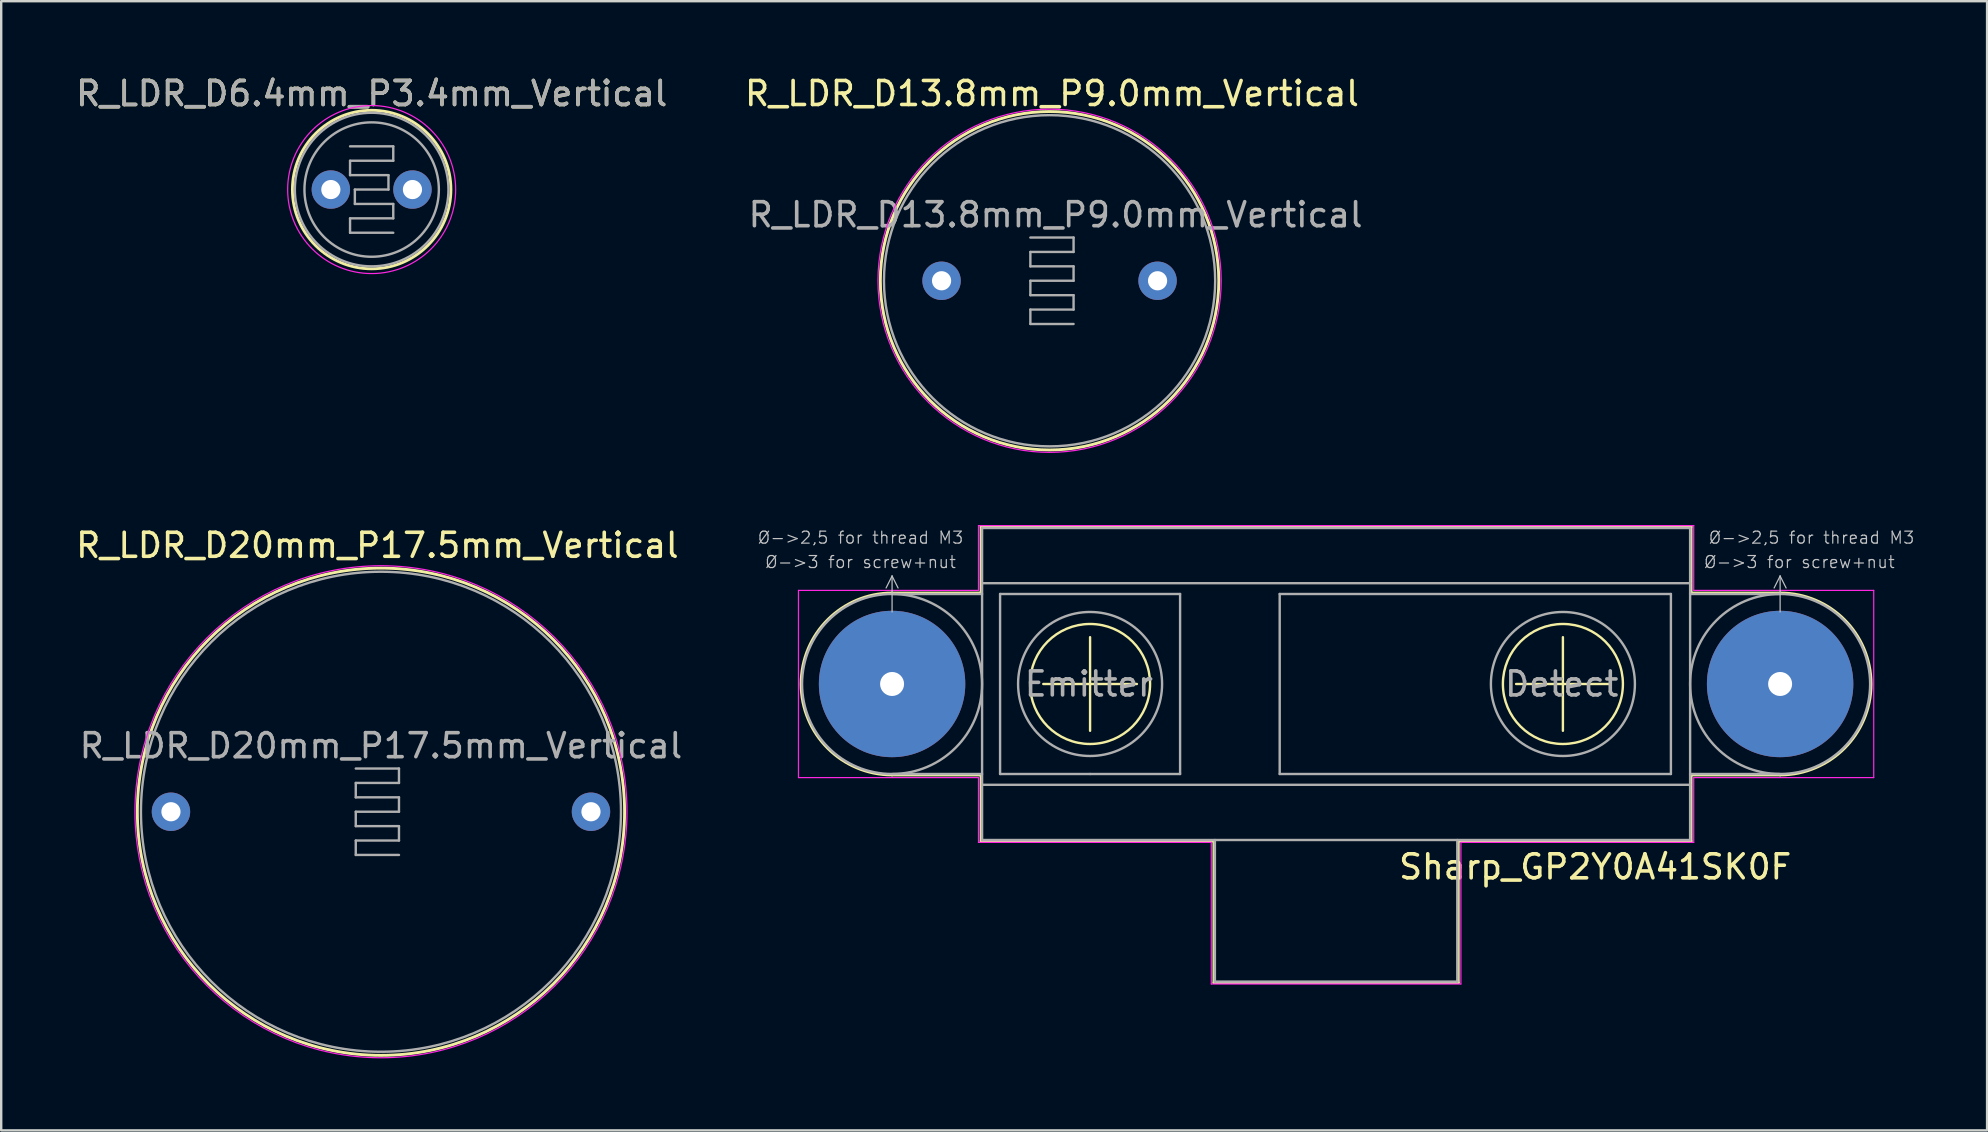
<source format=kicad_pcb>
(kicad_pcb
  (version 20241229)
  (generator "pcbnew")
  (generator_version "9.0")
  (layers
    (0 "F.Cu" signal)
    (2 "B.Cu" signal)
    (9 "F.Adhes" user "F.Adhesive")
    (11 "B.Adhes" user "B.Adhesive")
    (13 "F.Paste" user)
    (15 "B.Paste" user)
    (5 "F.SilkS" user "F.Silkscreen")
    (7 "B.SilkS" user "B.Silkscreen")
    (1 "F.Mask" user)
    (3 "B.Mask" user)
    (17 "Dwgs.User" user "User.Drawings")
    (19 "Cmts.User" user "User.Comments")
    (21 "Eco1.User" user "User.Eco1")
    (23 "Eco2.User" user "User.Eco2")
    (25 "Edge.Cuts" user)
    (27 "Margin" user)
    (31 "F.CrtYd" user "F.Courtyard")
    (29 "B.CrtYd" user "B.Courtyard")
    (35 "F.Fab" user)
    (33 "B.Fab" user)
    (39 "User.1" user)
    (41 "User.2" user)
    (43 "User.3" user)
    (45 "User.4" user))
  (footprint "Sharp_GP2Y0A41SK0F"
    (layer "F.Cu")
    (at 52.618 25.448)
    (property "Reference" "Sharp_GP2Y0A41SK0F" (at 10.795 7.62 0) (layer "F.SilkS") (effects (font (size 1 1) (thickness 0.15))))
    (attr exclude_from_pos_files exclude_from_bom)
    (fp_line (start -18.5 -3.8) (end -14.8 -3.8) (stroke (width 0.1) (type solid)) (layer "F.SilkS"))
    (fp_line (start -14.8 -6.55) (end 14.8 -6.55) (stroke (width 0.1) (type solid)) (layer "F.SilkS"))
    (fp_line (start -14.8 -3.8) (end -14.8 -6.55) (stroke (width 0.1) (type solid)) (layer "F.SilkS"))
    (fp_line (start -14.8 3.8) (end -18.5 3.8) (stroke (width 0.1) (type solid)) (layer "F.SilkS"))
    (fp_line (start -14.8 6.55) (end -14.8 3.8) (stroke (width 0.1) (type solid)) (layer "F.SilkS"))
    (fp_line (start -12.2 0) (end -8.3 0) (stroke (width 0.1) (type solid)) (layer "F.SilkS"))
    (fp_line (start -10.25 -1.95) (end -10.25 1.95) (stroke (width 0.1) (type solid)) (layer "F.SilkS"))
    (fp_line (start -5.1 6.55) (end -14.8 6.55) (stroke (width 0.1) (type solid)) (layer "F.SilkS"))
    (fp_line (start -5.1 12.45) (end -5.1 6.55) (stroke (width 0.1) (type solid)) (layer "F.SilkS"))
    (fp_line (start 5.1 6.55) (end 5.1 12.45) (stroke (width 0.1) (type solid)) (layer "F.SilkS"))
    (fp_line (start 5.1 12.45) (end -5.1 12.45) (stroke (width 0.1) (type solid)) (layer "F.SilkS"))
    (fp_line (start 7.5 0) (end 11.4 0) (stroke (width 0.1) (type solid)) (layer "F.SilkS"))
    (fp_line (start 9.45 -1.95) (end 9.45 1.95) (stroke (width 0.1) (type solid)) (layer "F.SilkS"))
    (fp_line (start 14.8 -6.55) (end 14.8 -3.8) (stroke (width 0.1) (type solid)) (layer "F.SilkS"))
    (fp_line (start 14.8 -3.8) (end 18.5 -3.8) (stroke (width 0.1) (type solid)) (layer "F.SilkS"))
    (fp_line (start 14.8 3.8) (end 14.8 6.55) (stroke (width 0.1) (type solid)) (layer "F.SilkS"))
    (fp_line (start 14.8 6.55) (end 5.1 6.55) (stroke (width 0.1) (type solid)) (layer "F.SilkS"))
    (fp_line (start 18.5 3.8) (end 14.8 3.8) (stroke (width 0.1) (type solid)) (layer "F.SilkS"))
    (fp_arc (start -18.5 3.8) (mid -22.3 0) (end -18.5 -3.8) (stroke (width 0.1) (type solid)) (layer "F.SilkS"))
    (fp_arc (start 18.5 -3.8) (mid 22.3 0) (end 18.5 3.8) (stroke (width 0.1) (type solid)) (layer "F.SilkS"))
    (fp_circle (center -10.25 0) (end -7.75 0) (stroke (width 0.1) (type solid)) (fill no) (layer "F.SilkS"))
    (fp_circle (center 9.45 0) (end 11.95 0) (stroke (width 0.1) (type solid)) (fill no) (layer "F.SilkS"))
    (fp_line (start -18.5 -4.5) (end -18.75 -4) (stroke (width 0.05) (type solid)) (layer "Dwgs.User"))
    (fp_line (start -18.5 -4.5) (end -18.25 -4) (stroke (width 0.05) (type solid)) (layer "Dwgs.User"))
    (fp_line (start -18.5 -3) (end -18.5 -4.5) (stroke (width 0.05) (type solid)) (layer "Dwgs.User"))
    (fp_line (start 18.5 -4.5) (end 18.25 -4) (stroke (width 0.05) (type solid)) (layer "Dwgs.User"))
    (fp_line (start 18.5 -4.5) (end 18.75 -4) (stroke (width 0.05) (type solid)) (layer "Dwgs.User"))
    (fp_line (start 18.5 -3) (end 18.5 -4.5) (stroke (width 0.05) (type solid)) (layer "Dwgs.User"))
    (fp_line (start -22.4 -3.9) (end -14.9 -3.9) (stroke (width 0.05) (type solid)) (layer "F.CrtYd"))
    (fp_line (start -22.4 3.9) (end -22.4 -3.9) (stroke (width 0.05) (type solid)) (layer "F.CrtYd"))
    (fp_line (start -14.9 -6.6) (end 14.9 -6.6) (stroke (width 0.05) (type solid)) (layer "F.CrtYd"))
    (fp_line (start -14.9 -3.9) (end -14.9 -6.6) (stroke (width 0.05) (type solid)) (layer "F.CrtYd"))
    (fp_line (start -14.9 3.9) (end -22.4 3.9) (stroke (width 0.05) (type solid)) (layer "F.CrtYd"))
    (fp_line (start -14.9 6.6) (end -14.9 3.9) (stroke (width 0.05) (type solid)) (layer "F.CrtYd"))
    (fp_line (start -5.2 6.6) (end -14.9 6.6) (stroke (width 0.05) (type solid)) (layer "F.CrtYd"))
    (fp_line (start -5.2 12.5) (end -5.2 6.6) (stroke (width 0.05) (type solid)) (layer "F.CrtYd"))
    (fp_line (start 5.2 6.6) (end 5.2 12.5) (stroke (width 0.05) (type solid)) (layer "F.CrtYd"))
    (fp_line (start 5.2 12.5) (end -5.2 12.5) (stroke (width 0.05) (type solid)) (layer "F.CrtYd"))
    (fp_line (start 14.9 -6.6) (end 14.9 -3.9) (stroke (width 0.05) (type solid)) (layer "F.CrtYd"))
    (fp_line (start 14.9 -3.9) (end 22.4 -3.9) (stroke (width 0.05) (type solid)) (layer "F.CrtYd"))
    (fp_line (start 14.9 3.9) (end 14.9 6.6) (stroke (width 0.05) (type solid)) (layer "F.CrtYd"))
    (fp_line (start 14.9 6.6) (end 5.2 6.6) (stroke (width 0.05) (type solid)) (layer "F.CrtYd"))
    (fp_line (start 22.4 -3.9) (end 22.4 3.9) (stroke (width 0.05) (type solid)) (layer "F.CrtYd"))
    (fp_line (start 22.4 3.9) (end 14.9 3.9) (stroke (width 0.05) (type solid)) (layer "F.CrtYd"))
    (fp_line (start -18.5 -3.75) (end -14.75 -3.75) (stroke (width 0.1) (type solid)) (layer "F.Fab"))
    (fp_line (start -18.5 3.75) (end -14.75 3.75) (stroke (width 0.1) (type solid)) (layer "F.Fab"))
    (fp_line (start -14.75 -6.5) (end 14.75 -6.5) (stroke (width 0.1) (type solid)) (layer "F.Fab"))
    (fp_line (start -14.75 -4.2) (end 14.75 -4.2) (stroke (width 0.1) (type solid)) (layer "F.Fab"))
    (fp_line (start -14.75 6.5) (end -14.75 -6.5) (stroke (width 0.1) (type solid)) (layer "F.Fab"))
    (fp_line (start -14 -3.75) (end -6.5 -3.75) (stroke (width 0.1) (type solid)) (layer "F.Fab"))
    (fp_line (start -14 3.75) (end -14 -3.75) (stroke (width 0.1) (type solid)) (layer "F.Fab"))
    (fp_line (start -10.25 3.75) (end -14 3.75) (stroke (width 0.1) (type solid)) (layer "F.Fab"))
    (fp_line (start -6.5 -3.75) (end -6.5 3.75) (stroke (width 0.1) (type solid)) (layer "F.Fab"))
    (fp_line (start -6.5 3.75) (end -10.25 3.75) (stroke (width 0.1) (type solid)) (layer "F.Fab"))
    (fp_line (start -5.05 12.4) (end -5.05 6.5) (stroke (width 0.1) (type solid)) (layer "F.Fab"))
    (fp_line (start -2.35 -3.75) (end -2.35 3.75) (stroke (width 0.1) (type solid)) (layer "F.Fab"))
    (fp_line (start -2.35 3.75) (end 13.95 3.75) (stroke (width 0.1) (type solid)) (layer "F.Fab"))
    (fp_line (start 5.05 12.4) (end -5.05 12.4) (stroke (width 0.1) (type solid)) (layer "F.Fab"))
    (fp_line (start 5.05 12.4) (end 5.05 6.5) (stroke (width 0.1) (type solid)) (layer "F.Fab"))
    (fp_line (start 13.95 -3.75) (end -2.35 -3.75) (stroke (width 0.1) (type solid)) (layer "F.Fab"))
    (fp_line (start 13.95 3.75) (end 13.95 -3.75) (stroke (width 0.1) (type solid)) (layer "F.Fab"))
    (fp_line (start 14.75 -6.5) (end 14.75 6.5) (stroke (width 0.1) (type solid)) (layer "F.Fab"))
    (fp_line (start 14.75 4.2) (end -14.75 4.2) (stroke (width 0.1) (type solid)) (layer "F.Fab"))
    (fp_line (start 14.75 6.5) (end -14.75 6.5) (stroke (width 0.1) (type solid)) (layer "F.Fab"))
    (fp_line (start 18.5 -3.75) (end 14.75 -3.75) (stroke (width 0.1) (type solid)) (layer "F.Fab"))
    (fp_line (start 18.5 3.75) (end 14.75 3.75) (stroke (width 0.1) (type solid)) (layer "F.Fab"))
    (fp_circle (center -18.5 0) (end -22.25 0) (stroke (width 0.1) (type solid)) (fill no) (layer "F.Fab"))
    (fp_circle (center -10.25 0) (end -7.25 0) (stroke (width 0.1) (type solid)) (fill no) (layer "F.Fab"))
    (fp_circle (center 9.45 0) (end 12.45 0) (stroke (width 0.1) (type solid)) (fill no) (layer "F.Fab"))
    (fp_circle (center 18.5 0) (end 22.25 0) (stroke (width 0.1) (type solid)) (fill no) (layer "F.Fab"))
    (fp_text user "Ø->3 for screw+nut" (at -19.812 -5.08 0) (layer "Dwgs.User") (effects (font (size 0.5 0.5) (thickness 0.05))))
    (fp_text user "Ø->3 for screw+nut" (at 19.304 -5.08 0) (layer "Dwgs.User") (effects (font (size 0.5 0.5) (thickness 0.05))))
    (fp_text user "Ø->2,5 for thread M3" (at -19.812 -6.096 0) (layer "Dwgs.User") (effects (font (size 0.5 0.5) (thickness 0.05))))
    (fp_text user "Ø->2,5 for thread M3" (at 19.812 -6.096 0) (layer "Dwgs.User") (effects (font (size 0.5 0.5) (thickness 0.05))))
    (fp_text user "Detect" (at 9.4 0 0) (layer "F.Fab") (effects (font (size 1 1) (thickness 0.15))))
    (fp_text user "Emitter" (at -10.3 0 0) (layer "F.Fab") (effects (font (size 1 1) (thickness 0.15))))
    (pad "1" thru_hole circle (at -18.5 0) (size 6.1 6.1) (drill 1) (layers "*.Cu" "*.Mask"))
    (pad "2" thru_hole circle (at 18.5 0) (size 6.1 6.1) (drill 1) (layers "*.Cu" "*.Mask")))
  (footprint "R_LDR_D20mm_P17.5mm_Vertical"
    (layer "F.Cu")
    (at 4.073 30.771)
    (property "Reference" "R_LDR_D20mm_P17.5mm_Vertical" (at 8.6 -11.1 0) (layer "F.SilkS") (effects (font (size 1 1) (thickness 0.15))))
    (attr through_hole)
    (fp_circle (center 8.75 0) (end -1.4 0) (stroke (width 0.12) (type solid)) (fill no) (layer "F.SilkS"))
    (fp_circle (center 8.75 0) (end -1.5 0) (stroke (width 0.05) (type solid)) (fill no) (layer "F.CrtYd"))
    (fp_line (start 7.7 -1.8) (end 9.5 -1.8) (stroke (width 0.1) (type solid)) (layer "F.Fab"))
    (fp_line (start 7.7 -1.2) (end 7.7 -0.6) (stroke (width 0.1) (type solid)) (layer "F.Fab"))
    (fp_line (start 7.7 -0.6) (end 9.5 -0.6) (stroke (width 0.1) (type solid)) (layer "F.Fab"))
    (fp_line (start 7.7 0) (end 7.7 0.6) (stroke (width 0.1) (type solid)) (layer "F.Fab"))
    (fp_line (start 7.7 0.6) (end 9.5 0.6) (stroke (width 0.1) (type solid)) (layer "F.Fab"))
    (fp_line (start 7.7 1.2) (end 7.7 1.8) (stroke (width 0.1) (type solid)) (layer "F.Fab"))
    (fp_line (start 7.7 1.8) (end 9.5 1.8) (stroke (width 0.1) (type solid)) (layer "F.Fab"))
    (fp_line (start 9.5 -1.8) (end 9.5 -1.2) (stroke (width 0.1) (type solid)) (layer "F.Fab"))
    (fp_line (start 9.5 -1.2) (end 7.7 -1.2) (stroke (width 0.1) (type solid)) (layer "F.Fab"))
    (fp_line (start 9.5 -0.6) (end 9.5 0) (stroke (width 0.1) (type solid)) (layer "F.Fab"))
    (fp_line (start 9.5 0) (end 7.7 0) (stroke (width 0.1) (type solid)) (layer "F.Fab"))
    (fp_line (start 9.5 0.6) (end 9.5 1.2) (stroke (width 0.1) (type solid)) (layer "F.Fab"))
    (fp_line (start 9.5 1.2) (end 7.7 1.2) (stroke (width 0.1) (type solid)) (layer "F.Fab"))
    (fp_circle (center 8.75 0) (end -1.25 0) (stroke (width 0.1) (type solid)) (fill no) (layer "F.Fab"))
    (fp_text user "${REFERENCE}" (at 8.75 -2.75 0) (layer "F.Fab") (effects (font (size 1 1) (thickness 0.15))))
    (pad "1" thru_hole circle (at 0 0) (size 1.6 1.6) (drill 0.8) (layers "*.Cu" "*.Mask"))
    (pad "2" thru_hole circle (at 17.5 0) (size 1.6 1.6) (drill 0.8) (layers "*.Cu" "*.Mask")))
  (footprint "R_LDR_D13.8mm_P9.0mm_Vertical"
    (layer "F.Cu")
    (at 36.18 8.648)
    (property "Reference" "R_LDR_D13.8mm_P9.0mm_Vertical" (at 4.6 -7.8 0) (layer "F.SilkS") (effects (font (size 1 1) (thickness 0.15))))
    (attr through_hole)
    (fp_circle (center 4.5 0) (end -2.55 0) (stroke (width 0.12) (type solid)) (fill no) (layer "F.SilkS"))
    (fp_circle (center 4.5 0) (end -2.65 0) (stroke (width 0.05) (type solid)) (fill no) (layer "F.CrtYd"))
    (fp_line (start 3.7 -1.8) (end 5.5 -1.8) (stroke (width 0.1) (type solid)) (layer "F.Fab"))
    (fp_line (start 3.7 -1.2) (end 3.7 -0.6) (stroke (width 0.1) (type solid)) (layer "F.Fab"))
    (fp_line (start 3.7 -0.6) (end 5.5 -0.6) (stroke (width 0.1) (type solid)) (layer "F.Fab"))
    (fp_line (start 3.7 0) (end 3.7 0.6) (stroke (width 0.1) (type solid)) (layer "F.Fab"))
    (fp_line (start 3.7 0.6) (end 5.5 0.6) (stroke (width 0.1) (type solid)) (layer "F.Fab"))
    (fp_line (start 3.7 1.2) (end 3.7 1.8) (stroke (width 0.1) (type solid)) (layer "F.Fab"))
    (fp_line (start 3.7 1.8) (end 5.5 1.8) (stroke (width 0.1) (type solid)) (layer "F.Fab"))
    (fp_line (start 5.5 -1.8) (end 5.5 -1.2) (stroke (width 0.1) (type solid)) (layer "F.Fab"))
    (fp_line (start 5.5 -1.2) (end 3.7 -1.2) (stroke (width 0.1) (type solid)) (layer "F.Fab"))
    (fp_line (start 5.5 -0.6) (end 5.5 0) (stroke (width 0.1) (type solid)) (layer "F.Fab"))
    (fp_line (start 5.5 0) (end 3.7 0) (stroke (width 0.1) (type solid)) (layer "F.Fab"))
    (fp_line (start 5.5 0.6) (end 5.5 1.2) (stroke (width 0.1) (type solid)) (layer "F.Fab"))
    (fp_line (start 5.5 1.2) (end 3.7 1.2) (stroke (width 0.1) (type solid)) (layer "F.Fab"))
    (fp_circle (center 4.5 0) (end -2.4 0) (stroke (width 0.1) (type solid)) (fill no) (layer "F.Fab"))
    (fp_text user "${REFERENCE}" (at 4.75 -2.75 0) (layer "F.Fab") (effects (font (size 1 1) (thickness 0.15))))
    (pad "1" thru_hole circle (at 0 0) (size 1.6 1.6) (drill 0.8) (layers "*.Cu" "*.Mask"))
    (pad "2" thru_hole circle (at 9 0) (size 1.6 1.6) (drill 0.8) (layers "*.Cu" "*.Mask")))
  (footprint "R_LDR_D6.4mm_P3.4mm_Vertical"
    (layer "F.Cu")
    (at 10.735 4.848)
    (property "Reference" "R_LDR_D6.4mm_P3.4mm_Vertical" (at 1.7 -4 0) (layer "F.SilkS") (effects (font (size 1 1) (thickness 0.15))))
    (attr through_hole)
    (fp_circle (center 1.7 0) (end 5 -0.1) (stroke (width 0.12) (type solid)) (fill no) (layer "F.SilkS"))
    (fp_circle (center 1.7 0) (end 5.2 0) (stroke (width 0.05) (type solid)) (fill no) (layer "F.CrtYd"))
    (fp_line (start 0.8 -1.8) (end 2.6 -1.8) (stroke (width 0.1) (type solid)) (layer "F.Fab"))
    (fp_line (start 0.8 -1.2) (end 0.8 -0.6) (stroke (width 0.1) (type solid)) (layer "F.Fab"))
    (fp_line (start 0.8 1.2) (end 0.8 1.8) (stroke (width 0.1) (type solid)) (layer "F.Fab"))
    (fp_line (start 0.8 1.8) (end 2.6 1.8) (stroke (width 0.1) (type solid)) (layer "F.Fab"))
    (fp_line (start 1 0) (end 2.4 0) (stroke (width 0.1) (type solid)) (layer "F.Fab"))
    (fp_line (start 1 0.6) (end 1 0) (stroke (width 0.1) (type solid)) (layer "F.Fab"))
    (fp_line (start 2.4 -0.6) (end 0.8 -0.6) (stroke (width 0.1) (type solid)) (layer "F.Fab"))
    (fp_line (start 2.4 0) (end 2.4 -0.6) (stroke (width 0.1) (type solid)) (layer "F.Fab"))
    (fp_line (start 2.6 -1.8) (end 2.6 -1.2) (stroke (width 0.1) (type solid)) (layer "F.Fab"))
    (fp_line (start 2.6 -1.2) (end 0.8 -1.2) (stroke (width 0.1) (type solid)) (layer "F.Fab"))
    (fp_line (start 2.6 0.6) (end 1 0.6) (stroke (width 0.1) (type solid)) (layer "F.Fab"))
    (fp_line (start 2.6 0.6) (end 2.6 1.2) (stroke (width 0.1) (type solid)) (layer "F.Fab"))
    (fp_line (start 2.6 1.2) (end 0.8 1.2) (stroke (width 0.1) (type solid)) (layer "F.Fab"))
    (fp_circle (center 1.7 0) (end 4.5 0) (stroke (width 0.1) (type solid)) (fill no) (layer "F.Fab"))
    (fp_circle (center 1.7 0) (end 4.9 0) (stroke (width 0.1) (type solid)) (fill no) (layer "F.Fab"))
    (fp_text user "${REFERENCE}" (at 1.7 -4 0) (layer "F.Fab") (effects (font (size 1 1) (thickness 0.15))))
    (pad "1" thru_hole circle (at 0 0) (size 1.6 1.6) (drill 0.8) (layers "*.Cu" "*.Mask"))
    (pad "2" thru_hole circle (at 3.4 0) (size 1.6 1.6) (drill 0.8) (layers "*.Cu" "*.Mask")))
  (gr_rect
    (start -3 -3)
    (end 79.741 44.047)
    (stroke (width 0.1) (type default))
    (fill no)
    (layer "Edge.Cuts")))
</source>
